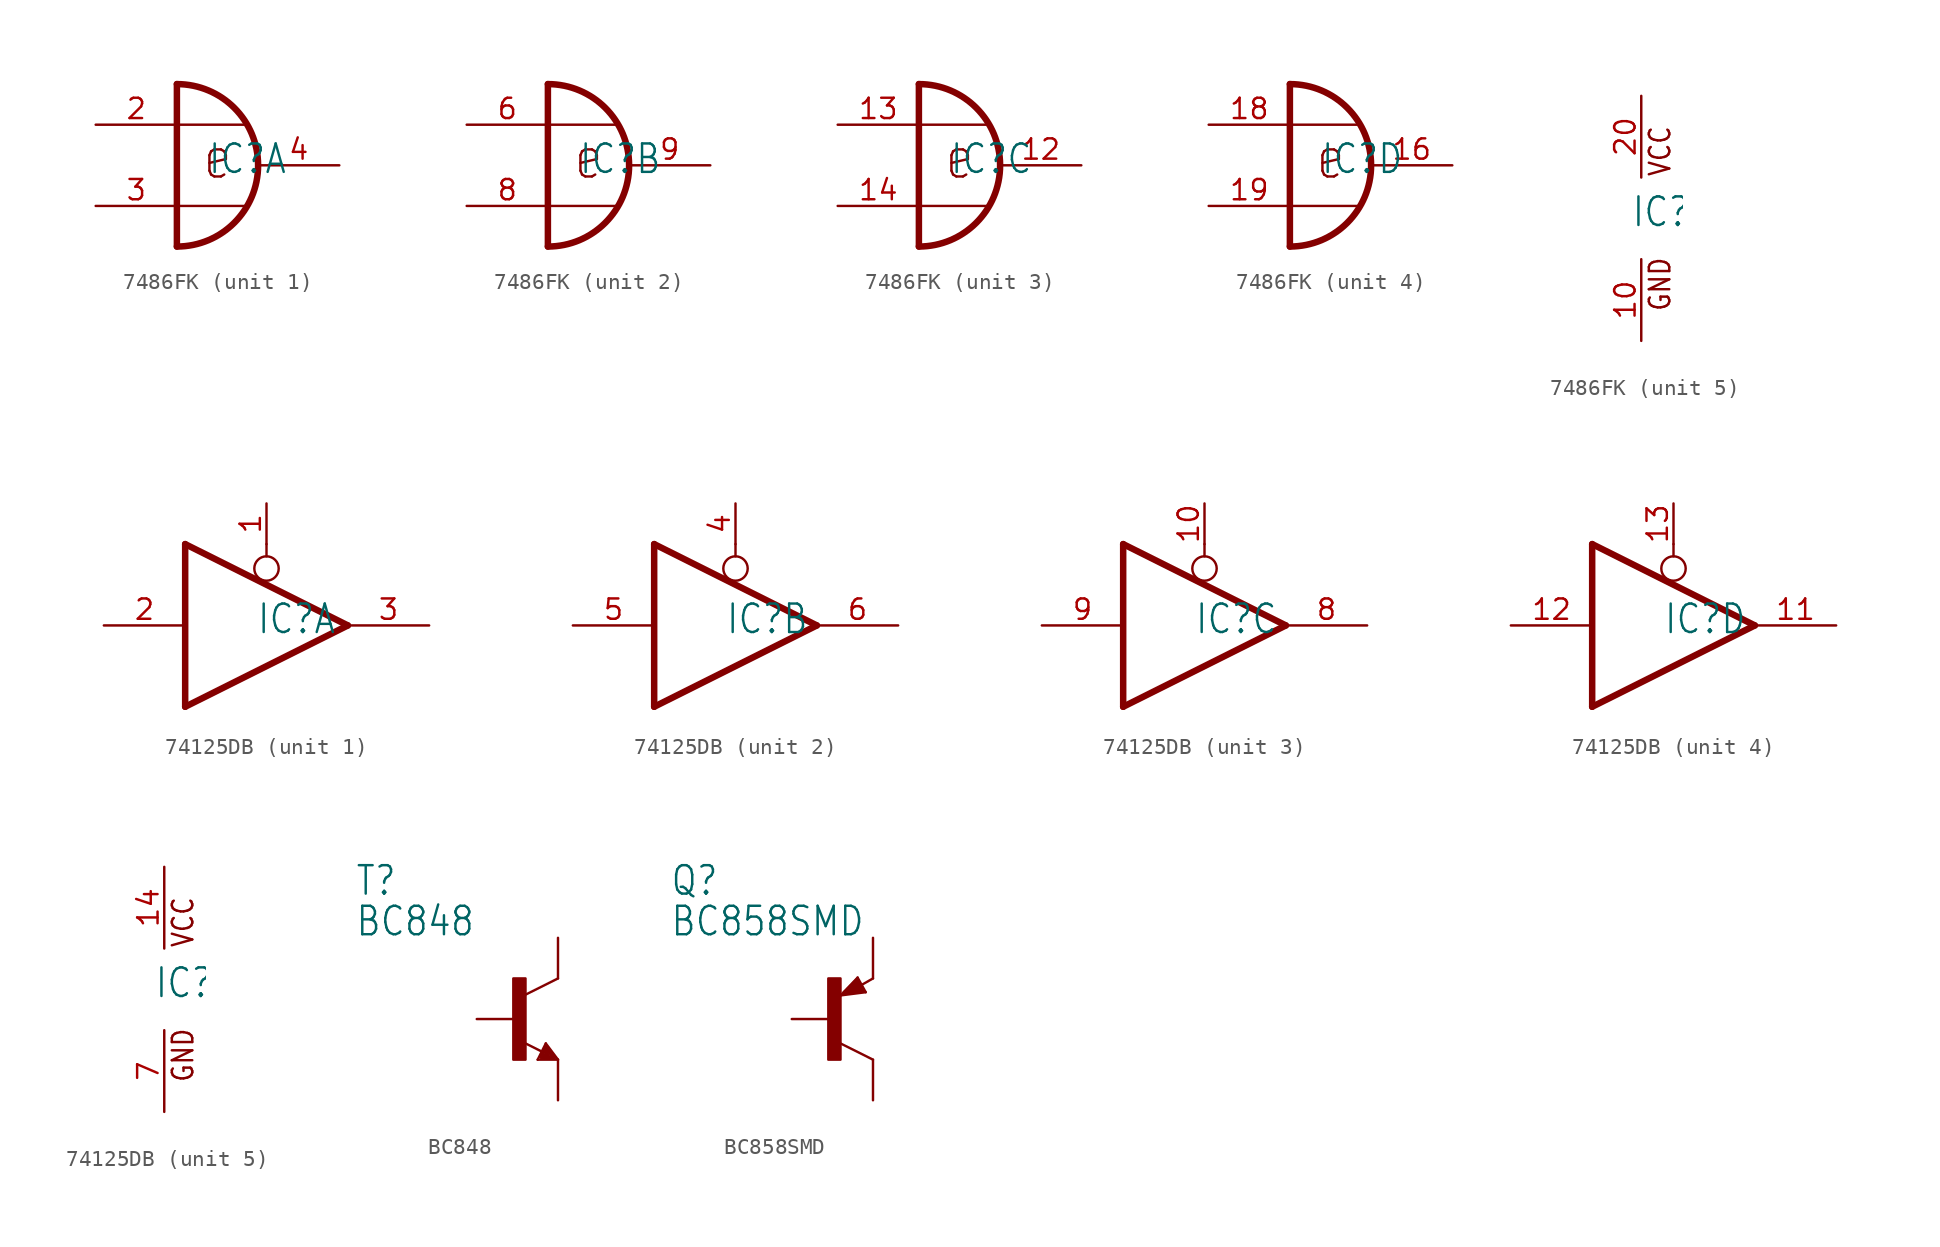
<source format=kicad_sym>
(kicad_symbol_lib
  (version 20211014)
  (generator kicad_symbol_editor)
  (symbol "7486FK"
    (property "Reference" "IC"
      (at -0.635 -0.635 0)
      (effects (font (size 1.778 1.511)) (justify left bottom)))
    (property "ki_locked" ""
      (at 0 0 0)
      (effects (font (size 1.27 1.27))))
    (symbol "7486FK_1_0"
      (arc (start -2.54 -5.08) (mid 2.54 0) (end -2.54 5.08) (stroke (width 0.4064) (type default) (color 0 0 0 0)) (fill (type none)))
      (polyline (pts (xy -2.54 5.08) (xy -2.54 -5.08)) (stroke (width 0.406) (type default) (color 0 0 0 0)) (fill (type none)))
      (polyline (pts (xy 1.778 -2.54) (xy -2.54 -2.54)) (stroke (width 0.152) (type default) (color 0 0 0 0)) (fill (type none)))
      (polyline (pts (xy 1.778 2.54) (xy -2.54 2.54)) (stroke (width 0.152) (type default) (color 0 0 0 0)) (fill (type none)))
      (text "e" (at -1.016 -1.016 0) (effects (font (size 2.54 2.159)) (justify left bottom)))
      (pin input line (at -7.62 2.54 0) (length 5.08) (name "I0" (effects (font (size 0 0)))) (number "2" (effects (font (size 1.27 1.27)))))
      (pin input line (at -7.62 -2.54 0) (length 5.08) (name "I1" (effects (font (size 0 0)))) (number "3" (effects (font (size 1.27 1.27)))))
      (pin output line (at 7.62 0 180) (length 5.08) (name "O" (effects (font (size 0 0)))) (number "4" (effects (font (size 1.27 1.27))))))
    (symbol "7486FK_2_0"
      (arc (start -2.54 -5.08) (mid 2.54 0) (end -2.54 5.08) (stroke (width 0.4064) (type default) (color 0 0 0 0)) (fill (type none)))
      (polyline (pts (xy -2.54 5.08) (xy -2.54 -5.08)) (stroke (width 0.406) (type default) (color 0 0 0 0)) (fill (type none)))
      (polyline (pts (xy 1.778 -2.54) (xy -2.54 -2.54)) (stroke (width 0.152) (type default) (color 0 0 0 0)) (fill (type none)))
      (polyline (pts (xy 1.778 2.54) (xy -2.54 2.54)) (stroke (width 0.152) (type default) (color 0 0 0 0)) (fill (type none)))
      (text "e" (at -1.016 -1.016 0) (effects (font (size 2.54 2.159)) (justify left bottom)))
      (pin input line (at -7.62 2.54 0) (length 5.08) (name "I0" (effects (font (size 0 0)))) (number "6" (effects (font (size 1.27 1.27)))))
      (pin input line (at -7.62 -2.54 0) (length 5.08) (name "I1" (effects (font (size 0 0)))) (number "8" (effects (font (size 1.27 1.27)))))
      (pin output line (at 7.62 0 180) (length 5.08) (name "O" (effects (font (size 0 0)))) (number "9" (effects (font (size 1.27 1.27))))))
    (symbol "7486FK_3_0"
      (arc (start -2.54 -5.08) (mid 2.54 0) (end -2.54 5.08) (stroke (width 0.4064) (type default) (color 0 0 0 0)) (fill (type none)))
      (polyline (pts (xy -2.54 5.08) (xy -2.54 -5.08)) (stroke (width 0.406) (type default) (color 0 0 0 0)) (fill (type none)))
      (polyline (pts (xy 1.778 -2.54) (xy -2.54 -2.54)) (stroke (width 0.152) (type default) (color 0 0 0 0)) (fill (type none)))
      (polyline (pts (xy 1.778 2.54) (xy -2.54 2.54)) (stroke (width 0.152) (type default) (color 0 0 0 0)) (fill (type none)))
      (text "e" (at -1.016 -1.016 0) (effects (font (size 2.54 2.159)) (justify left bottom)))
      (pin output line (at 7.62 0 180) (length 5.08) (name "O" (effects (font (size 0 0)))) (number "12" (effects (font (size 1.27 1.27)))))
      (pin input line (at -7.62 2.54 0) (length 5.08) (name "I0" (effects (font (size 0 0)))) (number "13" (effects (font (size 1.27 1.27)))))
      (pin input line (at -7.62 -2.54 0) (length 5.08) (name "I1" (effects (font (size 0 0)))) (number "14" (effects (font (size 1.27 1.27))))))
    (symbol "7486FK_4_0"
      (arc (start -2.54 -5.08) (mid 2.54 0) (end -2.54 5.08) (stroke (width 0.4064) (type default) (color 0 0 0 0)) (fill (type none)))
      (polyline (pts (xy -2.54 5.08) (xy -2.54 -5.08)) (stroke (width 0.406) (type default) (color 0 0 0 0)) (fill (type none)))
      (polyline (pts (xy 1.778 -2.54) (xy -2.54 -2.54)) (stroke (width 0.152) (type default) (color 0 0 0 0)) (fill (type none)))
      (polyline (pts (xy 1.778 2.54) (xy -2.54 2.54)) (stroke (width 0.152) (type default) (color 0 0 0 0)) (fill (type none)))
      (text "e" (at -1.016 -1.016 0) (effects (font (size 2.54 2.159)) (justify left bottom)))
      (pin output line (at 7.62 0 180) (length 5.08) (name "O" (effects (font (size 0 0)))) (number "16" (effects (font (size 1.27 1.27)))))
      (pin input line (at -7.62 2.54 0) (length 5.08) (name "I0" (effects (font (size 0 0)))) (number "18" (effects (font (size 1.27 1.27)))))
      (pin input line (at -7.62 -2.54 0) (length 5.08) (name "I1" (effects (font (size 0 0)))) (number "19" (effects (font (size 1.27 1.27))))))
    (symbol "7486FK_5_0"
      (text "GND" (at 1.905 -5.842 900) (effects (font (size 1.27 1.079)) (justify left bottom)))
      (text "VCC" (at 1.905 2.54 900) (effects (font (size 1.27 1.079)) (justify left bottom)))
      (pin power_in line (at 0 -7.62 90) (length 5.08) (name "GND" (effects (font (size 0 0)))) (number "10" (effects (font (size 1.27 1.27)))))
      (pin power_in line (at 0 7.62 270) (length 5.08) (name "VCC" (effects (font (size 0 0)))) (number "20" (effects (font (size 1.27 1.27)))))))
  (symbol "74125DB"
    (property "Reference" "IC"
      (at -0.635 -0.635 0)
      (effects (font (size 1.778 1.511)) (justify left bottom)))
    (property "ki_locked" ""
      (at 0 0 0)
      (effects (font (size 1.27 1.27))))
    (symbol "74125DB_1_0"
      (polyline (pts (xy -5.08 -5.08) (xy -5.08 5.08)) (stroke (width 0.406) (type default) (color 0 0 0 0)) (fill (type none)))
      (polyline (pts (xy 0 4.318) (xy 0 5.08)) (stroke (width 0.152) (type default) (color 0 0 0 0)) (fill (type none)))
      (polyline (pts (xy 5.08 0) (xy -5.08 -5.08)) (stroke (width 0.406) (type default) (color 0 0 0 0)) (fill (type none)))
      (polyline (pts (xy 5.08 0) (xy -5.08 5.08)) (stroke (width 0.406) (type default) (color 0 0 0 0)) (fill (type none)))
      (circle (center 0 3.556) (radius 0.762) (stroke (width 0.152) (type default) (color 0 0 0 0)) (fill (type none)))
      (pin input line (at 0 7.62 270) (length 2.54) (name "OE" (effects (font (size 0 0)))) (number "1" (effects (font (size 1.27 1.27)))))
      (pin input line (at -10.16 0 0) (length 5.08) (name "I" (effects (font (size 0 0)))) (number "2" (effects (font (size 1.27 1.27)))))
      (pin tri_state line (at 10.16 0 180) (length 5.08) (name "O" (effects (font (size 0 0)))) (number "3" (effects (font (size 1.27 1.27))))))
    (symbol "74125DB_2_0"
      (polyline (pts (xy -5.08 -5.08) (xy -5.08 5.08)) (stroke (width 0.406) (type default) (color 0 0 0 0)) (fill (type none)))
      (polyline (pts (xy 0 4.318) (xy 0 5.08)) (stroke (width 0.152) (type default) (color 0 0 0 0)) (fill (type none)))
      (polyline (pts (xy 5.08 0) (xy -5.08 -5.08)) (stroke (width 0.406) (type default) (color 0 0 0 0)) (fill (type none)))
      (polyline (pts (xy 5.08 0) (xy -5.08 5.08)) (stroke (width 0.406) (type default) (color 0 0 0 0)) (fill (type none)))
      (circle (center 0 3.556) (radius 0.762) (stroke (width 0.152) (type default) (color 0 0 0 0)) (fill (type none)))
      (pin input line (at 0 7.62 270) (length 2.54) (name "OE" (effects (font (size 0 0)))) (number "4" (effects (font (size 1.27 1.27)))))
      (pin input line (at -10.16 0 0) (length 5.08) (name "I" (effects (font (size 0 0)))) (number "5" (effects (font (size 1.27 1.27)))))
      (pin tri_state line (at 10.16 0 180) (length 5.08) (name "O" (effects (font (size 0 0)))) (number "6" (effects (font (size 1.27 1.27))))))
    (symbol "74125DB_3_0"
      (polyline (pts (xy -5.08 -5.08) (xy -5.08 5.08)) (stroke (width 0.406) (type default) (color 0 0 0 0)) (fill (type none)))
      (polyline (pts (xy 0 4.318) (xy 0 5.08)) (stroke (width 0.152) (type default) (color 0 0 0 0)) (fill (type none)))
      (polyline (pts (xy 5.08 0) (xy -5.08 -5.08)) (stroke (width 0.406) (type default) (color 0 0 0 0)) (fill (type none)))
      (polyline (pts (xy 5.08 0) (xy -5.08 5.08)) (stroke (width 0.406) (type default) (color 0 0 0 0)) (fill (type none)))
      (circle (center 0 3.556) (radius 0.762) (stroke (width 0.152) (type default) (color 0 0 0 0)) (fill (type none)))
      (pin input line (at 0 7.62 270) (length 2.54) (name "OE" (effects (font (size 0 0)))) (number "10" (effects (font (size 1.27 1.27)))))
      (pin tri_state line (at 10.16 0 180) (length 5.08) (name "O" (effects (font (size 0 0)))) (number "8" (effects (font (size 1.27 1.27)))))
      (pin input line (at -10.16 0 0) (length 5.08) (name "I" (effects (font (size 0 0)))) (number "9" (effects (font (size 1.27 1.27))))))
    (symbol "74125DB_4_0"
      (polyline (pts (xy -5.08 -5.08) (xy -5.08 5.08)) (stroke (width 0.406) (type default) (color 0 0 0 0)) (fill (type none)))
      (polyline (pts (xy 0 4.318) (xy 0 5.08)) (stroke (width 0.152) (type default) (color 0 0 0 0)) (fill (type none)))
      (polyline (pts (xy 5.08 0) (xy -5.08 -5.08)) (stroke (width 0.406) (type default) (color 0 0 0 0)) (fill (type none)))
      (polyline (pts (xy 5.08 0) (xy -5.08 5.08)) (stroke (width 0.406) (type default) (color 0 0 0 0)) (fill (type none)))
      (circle (center 0 3.556) (radius 0.762) (stroke (width 0.152) (type default) (color 0 0 0 0)) (fill (type none)))
      (pin tri_state line (at 10.16 0 180) (length 5.08) (name "O" (effects (font (size 0 0)))) (number "11" (effects (font (size 1.27 1.27)))))
      (pin input line (at -10.16 0 0) (length 5.08) (name "I" (effects (font (size 0 0)))) (number "12" (effects (font (size 1.27 1.27)))))
      (pin input line (at 0 7.62 270) (length 2.54) (name "OE" (effects (font (size 0 0)))) (number "13" (effects (font (size 1.27 1.27))))))
    (symbol "74125DB_5_0"
      (text "GND" (at 1.905 -5.842 900) (effects (font (size 1.27 1.079)) (justify left bottom)))
      (text "VCC" (at 1.905 2.54 900) (effects (font (size 1.27 1.079)) (justify left bottom)))
      (pin power_in line (at 0 7.62 270) (length 5.08) (name "VCC" (effects (font (size 0 0)))) (number "14" (effects (font (size 1.27 1.27)))))
      (pin power_in line (at 0 -7.62 90) (length 5.08) (name "GND" (effects (font (size 0 0)))) (number "7" (effects (font (size 1.27 1.27)))))))
  (symbol "BC848"
    (property "Reference" "T"
      (at -10.16 7.62 0)
      (effects (font (size 1.778 1.511)) (justify left bottom)))
    (property "Value" "BC848"
      (at -10.16 5.08 0)
      (effects (font (size 1.778 1.511)) (justify left bottom)))
    (property "ki_locked" ""
      (at 0 0 0)
      (effects (font (size 1.27 1.27))))
    (symbol "BC848_1_0"
      (rectangle (start -0.254 -2.54) (end 0.508 2.54) (stroke (width 0) (type default) (color 0 0 0 0)) (fill (type outline)))
      (polyline (pts (xy 1.27 -2.54) (xy 1.778 -1.524)) (stroke (width 0.152) (type default) (color 0 0 0 0)) (fill (type none)))
      (polyline (pts (xy 1.524 -2.413) (xy 2.286 -2.413)) (stroke (width 0.254) (type default) (color 0 0 0 0)) (fill (type none)))
      (polyline (pts (xy 1.524 -2.286) (xy 1.905 -2.286)) (stroke (width 0.254) (type default) (color 0 0 0 0)) (fill (type none)))
      (polyline (pts (xy 1.54 -2.04) (xy 0.308 -1.424)) (stroke (width 0.152) (type default) (color 0 0 0 0)) (fill (type none)))
      (polyline (pts (xy 1.778 -1.778) (xy 1.524 -2.286)) (stroke (width 0.254) (type default) (color 0 0 0 0)) (fill (type none)))
      (polyline (pts (xy 1.778 -1.524) (xy 2.54 -2.54)) (stroke (width 0.152) (type default) (color 0 0 0 0)) (fill (type none)))
      (polyline (pts (xy 1.905 -2.286) (xy 1.778 -2.032)) (stroke (width 0.254) (type default) (color 0 0 0 0)) (fill (type none)))
      (polyline (pts (xy 2.286 -2.413) (xy 1.778 -1.778)) (stroke (width 0.254) (type default) (color 0 0 0 0)) (fill (type none)))
      (polyline (pts (xy 2.54 -2.54) (xy 1.27 -2.54)) (stroke (width 0.152) (type default) (color 0 0 0 0)) (fill (type none)))
      (polyline (pts (xy 2.54 2.54) (xy 0.508 1.524)) (stroke (width 0.152) (type default) (color 0 0 0 0)) (fill (type none)))
      (pin passive line (at -2.54 0 0) (length 2.54) (name "B" (effects (font (size 0 0)))) (number "1" (effects (font (size 0 0)))))
      (pin passive line (at 2.54 -5.08 90) (length 2.54) (name "E" (effects (font (size 0 0)))) (number "2" (effects (font (size 0 0)))))
      (pin passive line (at 2.54 5.08 270) (length 2.54) (name "C" (effects (font (size 0 0)))) (number "3" (effects (font (size 0 0)))))))
  (symbol "BC858SMD"
    (property "Reference" "Q"
      (at -10.16 7.62 0)
      (effects (font (size 1.778 1.511)) (justify left bottom)))
    (property "Value" "BC858SMD"
      (at -10.16 5.08 0)
      (effects (font (size 1.778 1.511)) (justify left bottom)))
    (property "ki_locked" ""
      (at 0 0 0)
      (effects (font (size 1.27 1.27))))
    (symbol "BC858SMD_1_0"
      (rectangle (start -0.254 -2.54) (end 0.508 2.54) (stroke (width 0) (type default) (color 0 0 0 0)) (fill (type outline)))
      (polyline (pts (xy 0.516 1.478) (xy 2.086 1.678)) (stroke (width 0.152) (type default) (color 0 0 0 0)) (fill (type none)))
      (polyline (pts (xy 0.762 1.651) (xy 1.778 1.778)) (stroke (width 0.254) (type default) (color 0 0 0 0)) (fill (type none)))
      (polyline (pts (xy 1.143 1.905) (xy 1.524 1.905)) (stroke (width 0.254) (type default) (color 0 0 0 0)) (fill (type none)))
      (polyline (pts (xy 1.524 2.159) (xy 1.143 1.905)) (stroke (width 0.254) (type default) (color 0 0 0 0)) (fill (type none)))
      (polyline (pts (xy 1.524 2.413) (xy 0.762 1.651)) (stroke (width 0.254) (type default) (color 0 0 0 0)) (fill (type none)))
      (polyline (pts (xy 1.578 2.594) (xy 0.516 1.478)) (stroke (width 0.152) (type default) (color 0 0 0 0)) (fill (type none)))
      (polyline (pts (xy 1.778 1.778) (xy 1.524 2.159)) (stroke (width 0.254) (type default) (color 0 0 0 0)) (fill (type none)))
      (polyline (pts (xy 1.905 1.778) (xy 1.524 2.413)) (stroke (width 0.254) (type default) (color 0 0 0 0)) (fill (type none)))
      (polyline (pts (xy 2.086 1.678) (xy 1.578 2.594)) (stroke (width 0.152) (type default) (color 0 0 0 0)) (fill (type none)))
      (polyline (pts (xy 2.54 -2.54) (xy 0.508 -1.524)) (stroke (width 0.152) (type default) (color 0 0 0 0)) (fill (type none)))
      (polyline (pts (xy 2.54 2.54) (xy 1.808 2.124)) (stroke (width 0.152) (type default) (color 0 0 0 0)) (fill (type none)))
      (pin passive line (at -2.54 0 0) (length 2.54) (name "B" (effects (font (size 0 0)))) (number "B" (effects (font (size 0 0)))))
      (pin passive line (at 2.54 -5.08 90) (length 2.54) (name "C" (effects (font (size 0 0)))) (number "C" (effects (font (size 0 0)))))
      (pin passive line (at 2.54 5.08 270) (length 2.54) (name "E" (effects (font (size 0 0)))) (number "E" (effects (font (size 0 0))))))))
</source>
